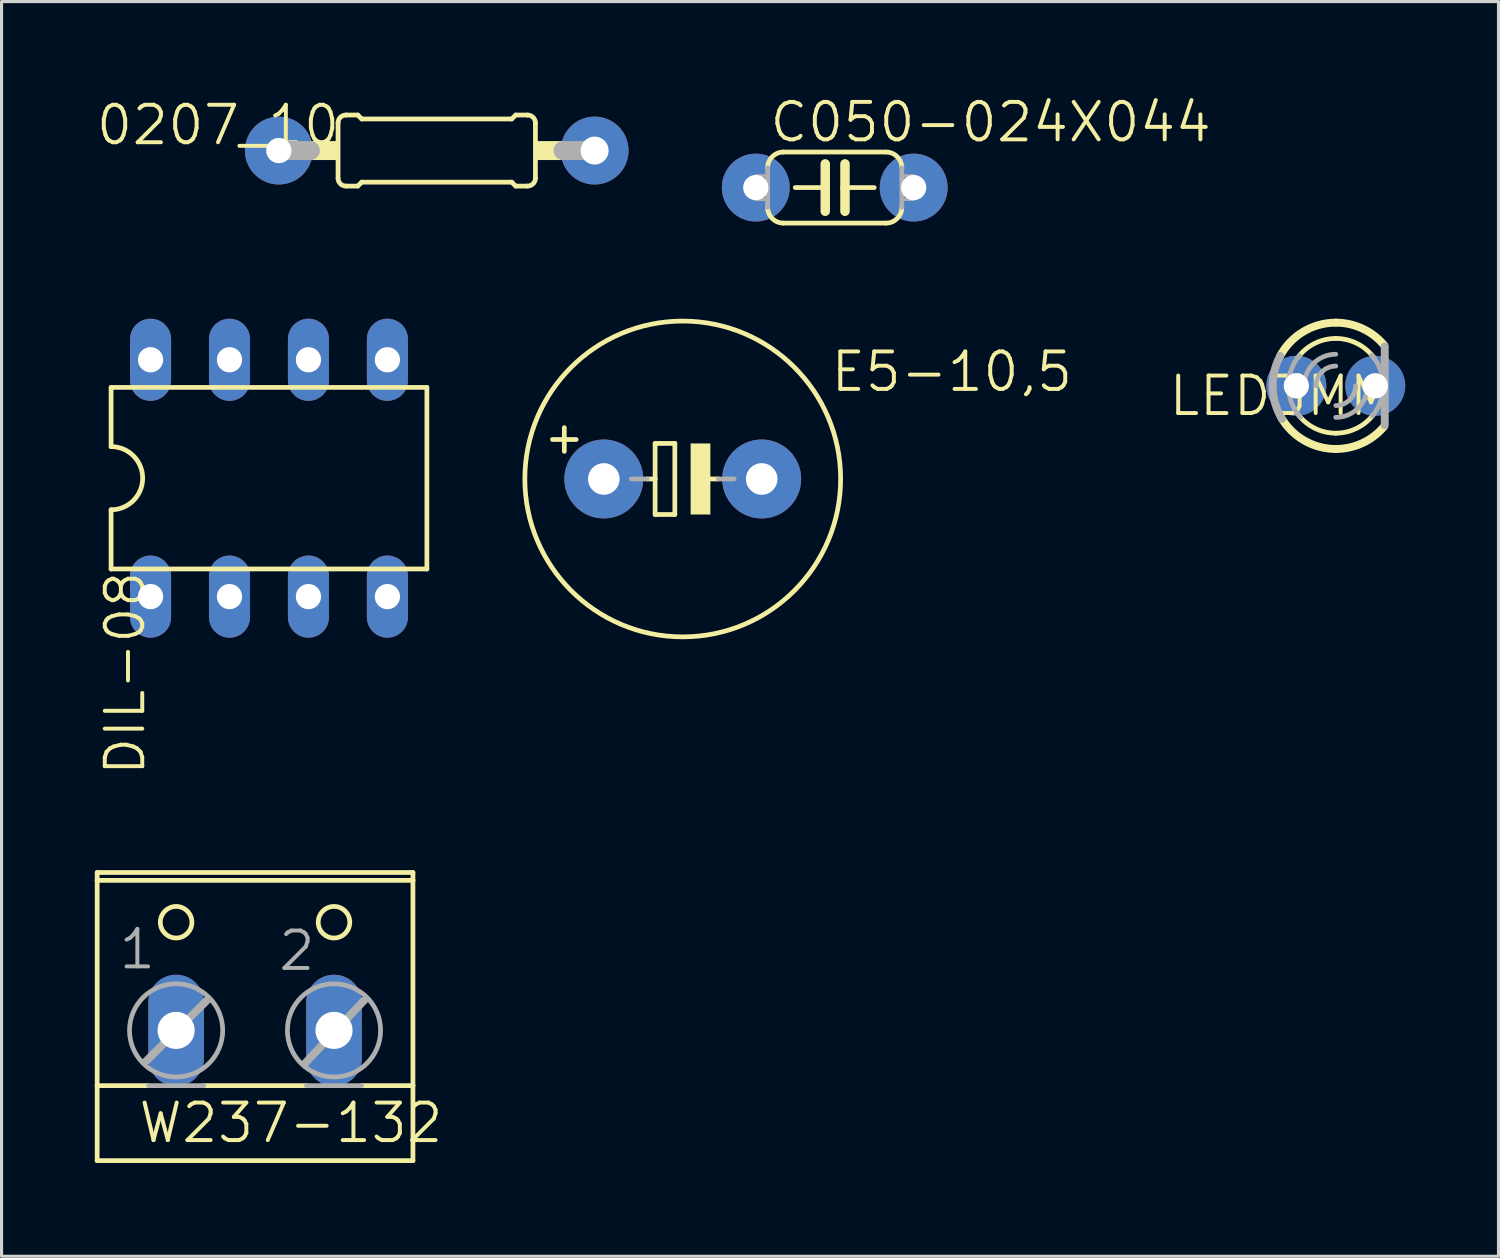
<source format=kicad_pcb>
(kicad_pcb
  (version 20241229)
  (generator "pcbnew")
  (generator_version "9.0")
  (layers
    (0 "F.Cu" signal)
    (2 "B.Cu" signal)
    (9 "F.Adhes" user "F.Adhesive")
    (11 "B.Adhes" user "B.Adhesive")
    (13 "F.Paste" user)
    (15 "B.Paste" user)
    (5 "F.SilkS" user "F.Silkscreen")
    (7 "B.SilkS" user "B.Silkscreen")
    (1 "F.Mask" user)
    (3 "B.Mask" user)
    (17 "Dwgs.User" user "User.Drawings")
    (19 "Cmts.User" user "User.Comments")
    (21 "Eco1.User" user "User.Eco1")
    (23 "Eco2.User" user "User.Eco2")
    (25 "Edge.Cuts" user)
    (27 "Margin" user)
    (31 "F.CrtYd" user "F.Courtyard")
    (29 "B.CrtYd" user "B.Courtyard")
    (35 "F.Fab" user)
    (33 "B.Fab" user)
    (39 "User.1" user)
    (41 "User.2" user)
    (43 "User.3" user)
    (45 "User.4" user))
  (footprint "0207_10"
    (layer "F.Cu")
    (at 11.001 1.794)
    (property "Reference" "0207_10" (at -3.048 -1.524 0) (layer "F.SilkS") (effects (font (size 1.206 1.206) (thickness 0.127)) (justify right top)))
    (attr through_hole)
    (fp_line (start -3.175 0.889) (end -3.175 -0.889) (stroke (width 0.152) (type solid)) (layer "F.SilkS"))
    (fp_line (start -2.921 -1.143) (end -2.54 -1.143) (stroke (width 0.152) (type solid)) (layer "F.SilkS"))
    (fp_line (start -2.921 1.143) (end -2.54 1.143) (stroke (width 0.152) (type solid)) (layer "F.SilkS"))
    (fp_line (start -2.413 -1.016) (end -2.54 -1.143) (stroke (width 0.152) (type solid)) (layer "F.SilkS"))
    (fp_line (start -2.413 1.016) (end -2.54 1.143) (stroke (width 0.152) (type solid)) (layer "F.SilkS"))
    (fp_line (start 2.413 -1.016) (end -2.413 -1.016) (stroke (width 0.152) (type solid)) (layer "F.SilkS"))
    (fp_line (start 2.413 -1.016) (end 2.54 -1.143) (stroke (width 0.152) (type solid)) (layer "F.SilkS"))
    (fp_line (start 2.413 1.016) (end -2.413 1.016) (stroke (width 0.152) (type solid)) (layer "F.SilkS"))
    (fp_line (start 2.413 1.016) (end 2.54 1.143) (stroke (width 0.152) (type solid)) (layer "F.SilkS"))
    (fp_line (start 2.921 -1.143) (end 2.54 -1.143) (stroke (width 0.152) (type solid)) (layer "F.SilkS"))
    (fp_line (start 2.921 1.143) (end 2.54 1.143) (stroke (width 0.152) (type solid)) (layer "F.SilkS"))
    (fp_line (start 3.175 0.889) (end 3.175 -0.889) (stroke (width 0.152) (type solid)) (layer "F.SilkS"))
    (fp_arc (start -3.175 -0.889) (mid -3.100605 -1.068605) (end -2.921 -1.143) (stroke (width 0.1524) (type solid)) (layer "F.SilkS"))
    (fp_arc (start -2.921 1.143) (mid -3.100605 1.068605) (end -3.175 0.889) (stroke (width 0.1524) (type solid)) (layer "F.SilkS"))
    (fp_arc (start 2.921 -1.143) (mid 3.100605 -1.068605) (end 3.175 -0.889) (stroke (width 0.1524) (type solid)) (layer "F.SilkS"))
    (fp_arc (start 3.175 0.889) (mid 3.100605 1.068605) (end 2.921 1.143) (stroke (width 0.1524) (type solid)) (layer "F.SilkS"))
    (fp_poly (pts (xy -4.039 0.305) (xy -3.175 0.305) (xy -3.175 -0.305) (xy -4.039 -0.305)) (stroke (width 0) (type solid)) (fill yes) (layer "F.SilkS"))
    (fp_poly (pts (xy 3.175 0.305) (xy 4.039 0.305) (xy 4.039 -0.305) (xy 3.175 -0.305)) (stroke (width 0) (type solid)) (fill yes) (layer "F.SilkS"))
    (fp_line (start -5.08 0) (end -4.064 0) (stroke (width 0.61) (type solid)) (layer "F.Fab"))
    (fp_line (start 5.08 0) (end 4.064 0) (stroke (width 0.61) (type solid)) (layer "F.Fab"))
    (pad "1" thru_hole circle (at -5.08 0) (size 2.184 2.184) (drill 0.813) (layers "*.Cu" "*.Mask"))
    (pad "2" thru_hole circle (at 5.08 0) (size 2.184 2.184) (drill 0.9) (layers "*.Cu" "*.Mask")))
  (footprint "E5-10,5"
    (layer "F.Cu")
    (at 18.916 12.36)
    (property "Reference" "E5-10,5" (at 4.699 -2.743 0) (layer "F.SilkS") (effects (font (size 1.206 1.206) (thickness 0.127)) (justify left bottom)))
    (attr through_hole)
    (fp_line (start -3.81 -1.651) (end -3.81 -0.889) (stroke (width 0.152) (type solid)) (layer "F.SilkS"))
    (fp_line (start -3.429 -1.27) (end -4.191 -1.27) (stroke (width 0.152) (type solid)) (layer "F.SilkS"))
    (fp_line (start -1.143 0) (end -0.889 0) (stroke (width 0.152) (type solid)) (layer "F.SilkS"))
    (fp_line (start -0.889 -1.143) (end -0.889 0) (stroke (width 0.152) (type solid)) (layer "F.SilkS"))
    (fp_line (start -0.889 0) (end -0.889 1.143) (stroke (width 0.152) (type solid)) (layer "F.SilkS"))
    (fp_line (start -0.889 1.143) (end -0.254 1.143) (stroke (width 0.152) (type solid)) (layer "F.SilkS"))
    (fp_line (start -0.254 -1.143) (end -0.889 -1.143) (stroke (width 0.152) (type solid)) (layer "F.SilkS"))
    (fp_line (start -0.254 1.143) (end -0.254 -1.143) (stroke (width 0.152) (type solid)) (layer "F.SilkS"))
    (fp_line (start 0.635 0) (end 1.143 0) (stroke (width 0.152) (type solid)) (layer "F.SilkS"))
    (fp_circle (center 0 0) (end 5.08 0) (stroke (width 0.152) (type solid)) (fill no) (layer "F.SilkS"))
    (fp_poly (pts (xy 0.254 1.143) (xy 0.889 1.143) (xy 0.889 -1.143) (xy 0.254 -1.143)) (stroke (width 0) (type solid)) (fill yes) (layer "F.SilkS"))
    (fp_line (start -1.651 0) (end -1.143 0) (stroke (width 0.152) (type solid)) (layer "F.Fab"))
    (fp_line (start 1.143 0) (end 1.651 0) (stroke (width 0.152) (type solid)) (layer "F.Fab"))
    (pad "+" thru_hole circle (at -2.54 0) (size 2.54 2.54) (drill 1.016) (layers "*.Cu" "*.Mask"))
    (pad "-" thru_hole circle (at 2.54 0) (size 2.54 2.54) (drill 1.016) (layers "*.Cu" "*.Mask")))
  (footprint "C050-024X044"
    (layer "F.Cu")
    (at 23.806 2.985)
    (property "Reference" "C050-024X044" (at -2.159 -1.397 0) (layer "F.SilkS") (effects (font (size 1.206 1.206) (thickness 0.127)) (justify left bottom)))
    (attr through_hole)
    (fp_line (start -1.27 0) (end -0.305 0) (stroke (width 0.152) (type solid)) (layer "F.SilkS"))
    (fp_line (start -0.305 -0.762) (end -0.305 0) (stroke (width 0.305) (type solid)) (layer "F.SilkS"))
    (fp_line (start -0.305 0) (end -0.305 0.762) (stroke (width 0.305) (type solid)) (layer "F.SilkS"))
    (fp_line (start 0.33 -0.762) (end 0.33 0) (stroke (width 0.305) (type solid)) (layer "F.SilkS"))
    (fp_line (start 0.33 0) (end 0.33 0.762) (stroke (width 0.305) (type solid)) (layer "F.SilkS"))
    (fp_line (start 1.27 0) (end 0.33 0) (stroke (width 0.152) (type solid)) (layer "F.SilkS"))
    (fp_line (start 1.651 -1.143) (end -1.651 -1.143) (stroke (width 0.152) (type solid)) (layer "F.SilkS"))
    (fp_line (start 1.651 1.143) (end -1.651 1.143) (stroke (width 0.152) (type solid)) (layer "F.SilkS"))
    (fp_arc (start -2.159 -0.635) (mid -2.01021 -0.99421) (end -1.651 -1.143) (stroke (width 0.1524) (type solid)) (layer "F.SilkS"))
    (fp_arc (start -1.651 1.143) (mid -2.01021 0.99421) (end -2.159 0.635) (stroke (width 0.1524) (type solid)) (layer "F.SilkS"))
    (fp_arc (start 1.651 -1.143) (mid 2.01021 -0.99421) (end 2.159 -0.635) (stroke (width 0.1524) (type solid)) (layer "F.SilkS"))
    (fp_arc (start 2.159 0.635) (mid 2.01021 0.99421) (end 1.651 1.143) (stroke (width 0.1524) (type solid)) (layer "F.SilkS"))
    (fp_line (start -2.159 0.635) (end -2.159 -0.635) (stroke (width 0.152) (type solid)) (layer "F.Fab"))
    (fp_line (start 2.159 0.635) (end 2.159 -0.635) (stroke (width 0.152) (type solid)) (layer "F.Fab"))
    (fp_poly (pts (xy -2.54 0.381) (xy -2.159 0.381) (xy -2.159 -0.381) (xy -2.54 -0.381)) (stroke (width 0.1) (type solid)) (fill no) (layer "F.Fab"))
    (fp_poly (pts (xy 2.159 0.381) (xy 2.54 0.381) (xy 2.54 -0.381) (xy 2.159 -0.381)) (stroke (width 0.1) (type solid)) (fill no) (layer "F.Fab"))
    (pad "1" thru_hole circle (at -2.54 0) (size 2.184 2.184) (drill 0.813) (layers "*.Cu" "*.Mask"))
    (pad "2" thru_hole circle (at 2.54 0) (size 2.184 2.184) (drill 0.813) (layers "*.Cu" "*.Mask")))
  (footprint "W237-132"
    (layer "F.Cu")
    (at 5.156 29.466)
    (property "Reference" "W237-132" (at -3.81 4.318 0) (layer "F.SilkS") (effects (font (size 1.206 1.206) (thickness 0.127)) (justify left bottom)))
    (attr through_hole)
    (fp_line (start -5.08 -4.445) (end 5.08 -4.445) (stroke (width 0.152) (type solid)) (layer "F.SilkS"))
    (fp_line (start -5.08 -4.191) (end -5.08 -4.445) (stroke (width 0.152) (type solid)) (layer "F.SilkS"))
    (fp_line (start -5.08 -4.191) (end -5.08 2.413) (stroke (width 0.152) (type solid)) (layer "F.SilkS"))
    (fp_line (start -5.08 -4.191) (end 5.08 -4.191) (stroke (width 0.152) (type solid)) (layer "F.SilkS"))
    (fp_line (start -5.08 2.413) (end -5.08 4.826) (stroke (width 0.152) (type solid)) (layer "F.SilkS"))
    (fp_line (start -5.08 2.413) (end -3.429 2.413) (stroke (width 0.152) (type solid)) (layer "F.SilkS"))
    (fp_line (start -1.651 2.413) (end 1.651 2.413) (stroke (width 0.152) (type solid)) (layer "F.SilkS"))
    (fp_line (start 3.429 2.413) (end 5.08 2.413) (stroke (width 0.152) (type solid)) (layer "F.SilkS"))
    (fp_line (start 5.08 -4.191) (end 5.08 -4.445) (stroke (width 0.152) (type solid)) (layer "F.SilkS"))
    (fp_line (start 5.08 2.413) (end 5.08 -4.191) (stroke (width 0.152) (type solid)) (layer "F.SilkS"))
    (fp_line (start 5.08 4.826) (end -5.08 4.826) (stroke (width 0.152) (type solid)) (layer "F.SilkS"))
    (fp_line (start 5.08 4.826) (end 5.08 2.413) (stroke (width 0.152) (type solid)) (layer "F.SilkS"))
    (fp_circle (center -2.54 -2.845) (end -2.032 -2.845) (stroke (width 0.152) (type solid)) (fill no) (layer "F.SilkS"))
    (fp_circle (center 2.54 -2.845) (end 3.048 -2.845) (stroke (width 0.152) (type solid)) (fill no) (layer "F.SilkS"))
    (fp_line (start -3.531 1.651) (end -1.524 -0.356) (stroke (width 0.254) (type solid)) (layer "F.Fab"))
    (fp_line (start -3.429 2.413) (end -1.651 2.413) (stroke (width 0.152) (type solid)) (layer "F.Fab"))
    (fp_line (start 1.626 1.676) (end 3.531 -0.356) (stroke (width 0.254) (type solid)) (layer "F.Fab"))
    (fp_line (start 1.651 2.413) (end 3.429 2.413) (stroke (width 0.152) (type solid)) (layer "F.Fab"))
    (fp_circle (center -2.54 0.635) (end -1.041 0.635) (stroke (width 0.152) (type solid)) (fill no) (layer "F.Fab"))
    (fp_circle (center 2.54 0.635) (end 4.039 0.635) (stroke (width 0.152) (type solid)) (fill no) (layer "F.Fab"))
    (fp_text user "1" (at -4.445 -1.27 0) (layer "F.Fab") (effects (font (size 1.206 1.206) (thickness 0.127)) (justify left bottom)))
    (fp_text user "2" (at 0.686 -1.219 0) (layer "F.Fab") (effects (font (size 1.206 1.206) (thickness 0.127)) (justify left bottom)))
    (pad "1" thru_hole oval (at -2.54 0.635 90) (size 3.581 1.791) (drill 1.194) (layers "*.Cu" "*.Mask"))
    (pad "2" thru_hole oval (at 2.54 0.635 90) (size 3.581 1.791) (drill 1.194) (layers "*.Cu" "*.Mask")))
  (footprint "DIL-08"
    (layer "F.Cu")
    (at 5.604 12.335)
    (property "Reference" "DIL-08" (at -5.334 2.921 90) (layer "F.SilkS") (effects (font (size 1.206 1.206) (thickness 0.127)) (justify right top)))
    (attr through_hole)
    (fp_line (start -5.08 -2.921) (end -5.08 -1.016) (stroke (width 0.152) (type solid)) (layer "F.SilkS"))
    (fp_line (start -5.08 2.921) (end -5.08 1.016) (stroke (width 0.152) (type solid)) (layer "F.SilkS"))
    (fp_line (start -5.08 2.921) (end 5.08 2.921) (stroke (width 0.152) (type solid)) (layer "F.SilkS"))
    (fp_line (start 5.08 -2.921) (end -5.08 -2.921) (stroke (width 0.152) (type solid)) (layer "F.SilkS"))
    (fp_line (start 5.08 -2.921) (end 5.08 2.921) (stroke (width 0.152) (type solid)) (layer "F.SilkS"))
    (fp_arc (start -5.08 -1.016) (mid -4.064 0) (end -5.08 1.016) (stroke (width 0.1524) (type solid)) (layer "F.SilkS"))
    (pad "1" thru_hole oval (at -3.81 3.81 90) (size 2.642 1.321) (drill 0.813) (layers "*.Cu" "*.Mask"))
    (pad "2" thru_hole oval (at -1.27 3.81 90) (size 2.642 1.321) (drill 0.813) (layers "*.Cu" "*.Mask"))
    (pad "3" thru_hole oval (at 1.27 3.81 90) (size 2.642 1.321) (drill 0.813) (layers "*.Cu" "*.Mask"))
    (pad "4" thru_hole oval (at 3.81 3.81 90) (size 2.642 1.321) (drill 0.813) (layers "*.Cu" "*.Mask"))
    (pad "5" thru_hole oval (at 3.81 -3.81 90) (size 2.642 1.321) (drill 0.813) (layers "*.Cu" "*.Mask"))
    (pad "6" thru_hole oval (at 1.27 -3.81 90) (size 2.642 1.321) (drill 0.813) (layers "*.Cu" "*.Mask"))
    (pad "7" thru_hole oval (at -1.27 -3.81 90) (size 2.642 1.321) (drill 0.813) (layers "*.Cu" "*.Mask"))
    (pad "8" thru_hole oval (at -3.81 -3.81 90) (size 2.642 1.321) (drill 0.813) (layers "*.Cu" "*.Mask")))
  (footprint "LED3MM"
    (layer "F.Cu")
    (at 39.927 9.363)
    (property "Reference" "LED3MM" (at 1.905 -0.381 0) (layer "F.SilkS") (effects (font (size 1.206 1.206) (thickness 0.127)) (justify right top)))
    (attr through_hole)
    (fp_arc (start -1.7929 -0.9562) (mid -1.045438 -1.7424) (end 0 -2.032) (stroke (width 0.254) (type solid)) (layer "F.SilkS"))
    (fp_arc (start -1.2192 -0.9144) (mid -0.681554 -1.363107) (end 0 -1.524) (stroke (width 0.1524) (type solid)) (layer "F.SilkS"))
    (fp_arc (start 0 -2.032) (mid 0.861864 -1.840173) (end 1.561 -1.3009) (stroke (width 0.254) (type solid)) (layer "F.SilkS"))
    (fp_arc (start 0 -1.524) (mid 0.697339 -1.355082) (end 1.2401 -0.885801) (stroke (width 0.1524) (type solid)) (layer "F.SilkS"))
    (fp_arc (start 0 1.524) (mid -0.669593 1.369018) (end -1.203 0.9356) (stroke (width 0.1524) (type solid)) (layer "F.SilkS"))
    (fp_arc (start 0 2.032) (mid -1.019924 1.757525) (end -1.7643 1.0082) (stroke (width 0.254) (type solid)) (layer "F.SilkS"))
    (fp_arc (start 1.203 0.9356) (mid 0.669593 1.369018) (end 0 1.524) (stroke (width 0.1524) (type solid)) (layer "F.SilkS"))
    (fp_arc (start 1.5512 1.3126) (mid 0.854953 1.843405) (end 0 2.032) (stroke (width 0.254) (type solid)) (layer "F.SilkS"))
    (fp_line (start 1.575 1.27) (end 1.575 -1.27) (stroke (width 0.254) (type solid)) (layer "F.Fab"))
    (fp_arc (start -2.032 0) (mid -1.970339 -0.496775) (end -1.7891 -0.9634) (stroke (width 0.254) (type solid)) (layer "F.Fab"))
    (fp_arc (start -1.7306 1.065) (mid -1.95521 0.553417) (end -2.032 0) (stroke (width 0.254) (type solid)) (layer "F.Fab"))
    (fp_arc (start -1.524 0) (mid -1.432981 -0.518783) (end -1.1708 -0.9756) (stroke (width 0.1524) (type solid)) (layer "F.Fab"))
    (fp_arc (start -1.1391 1.0125) (mid -1.42454 0.5416) (end -1.524 0) (stroke (width 0.1524) (type solid)) (layer "F.Fab"))
    (fp_arc (start -1.016 0) (mid -0.71842 -0.71842) (end 0 -1.016) (stroke (width 0.1524) (type solid)) (layer "F.Fab"))
    (fp_arc (start -0.635 0) (mid -0.449013 -0.449013) (end 0 -0.635) (stroke (width 0.1524) (type solid)) (layer "F.Fab"))
    (fp_arc (start 0.635 0) (mid 0.449013 0.449013) (end 0 0.635) (stroke (width 0.1524) (type solid)) (layer "F.Fab"))
    (fp_arc (start 1.016 0) (mid 0.71842 0.71842) (end 0 1.016) (stroke (width 0.1524) (type solid)) (layer "F.Fab"))
    (fp_arc (start 1.1571 -0.9918) (mid 1.429332 -0.528744) (end 1.524 0) (stroke (width 0.1524) (type solid)) (layer "F.Fab"))
    (fp_arc (start 1.524 0) (mid 1.432981 0.518783) (end 1.1708 0.9756) (stroke (width 0.1524) (type solid)) (layer "F.Fab"))
    (pad "A" thru_hole circle (at -1.27 0) (size 1.93 1.93) (drill 0.813) (layers "*.Cu" "*.Mask"))
    (pad "K" thru_hole circle (at 1.27 0) (size 1.93 1.93) (drill 0.813) (layers "*.Cu" "*.Mask")))
  (gr_rect
    (start -3 -3)
    (end 45.162 37.368)
    (stroke (width 0.1) (type default))
    (fill no)
    (layer "Edge.Cuts")))
</source>
